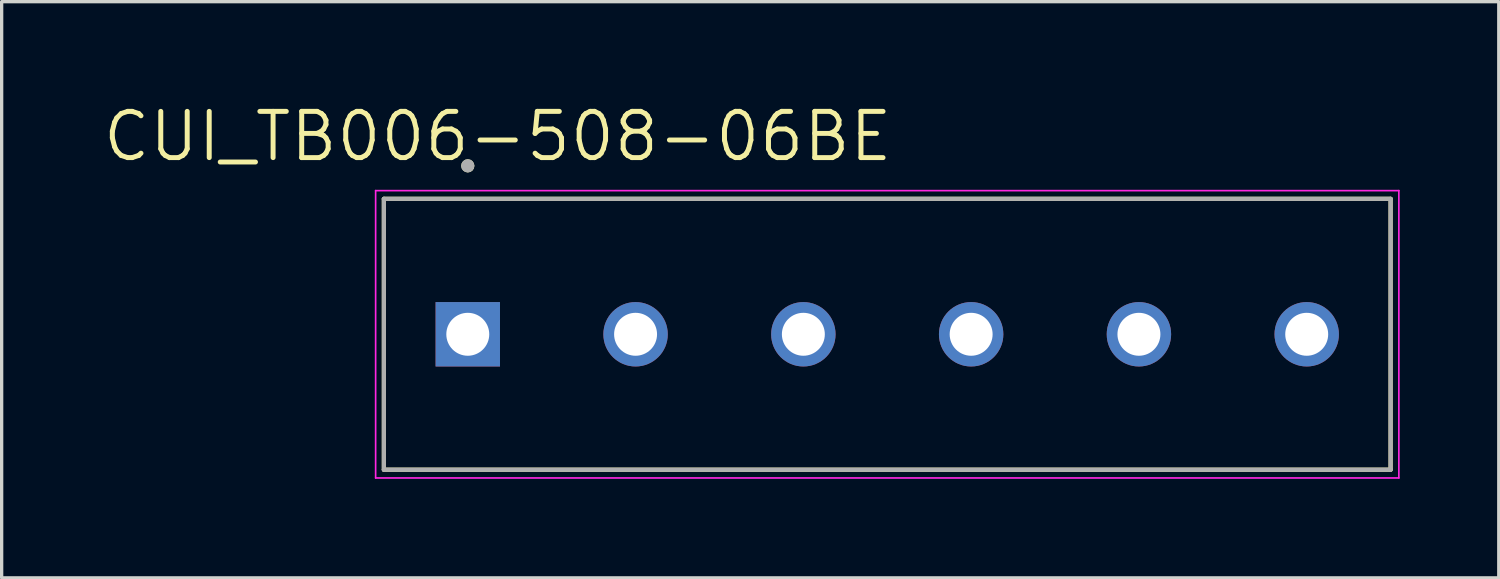
<source format=kicad_pcb>
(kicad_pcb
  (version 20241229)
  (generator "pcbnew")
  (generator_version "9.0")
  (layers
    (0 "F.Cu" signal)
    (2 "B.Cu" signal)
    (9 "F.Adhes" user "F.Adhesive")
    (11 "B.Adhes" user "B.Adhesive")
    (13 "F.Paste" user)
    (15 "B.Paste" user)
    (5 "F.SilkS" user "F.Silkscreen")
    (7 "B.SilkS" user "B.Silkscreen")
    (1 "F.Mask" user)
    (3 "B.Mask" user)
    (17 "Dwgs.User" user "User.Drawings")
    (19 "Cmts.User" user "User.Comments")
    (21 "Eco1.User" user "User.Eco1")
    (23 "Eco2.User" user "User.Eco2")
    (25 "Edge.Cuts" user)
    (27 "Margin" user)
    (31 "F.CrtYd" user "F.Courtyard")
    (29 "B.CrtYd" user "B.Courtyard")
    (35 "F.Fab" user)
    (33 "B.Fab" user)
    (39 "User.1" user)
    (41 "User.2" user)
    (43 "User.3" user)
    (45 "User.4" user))
  (footprint "CUI_TB006-508-06BE"
    (layer "F.Cu")
    (at 11.113 7.071)
    (property "Reference" "CUI_TB006-508-06BE" (at 0.905 -5.989 0) (layer "F.SilkS") (effects (font (size 1.4 1.4) (thickness 0.15))))
    (attr through_hole)
    (fp_line (start -2.54 -4.1) (end 27.94 -4.1) (stroke (width 0.127) (type solid)) (layer "F.SilkS"))
    (fp_line (start -2.54 4.1) (end -2.54 -4.1) (stroke (width 0.127) (type solid)) (layer "F.SilkS"))
    (fp_line (start 27.94 -4.1) (end 27.94 4.1) (stroke (width 0.127) (type solid)) (layer "F.SilkS"))
    (fp_line (start 27.94 4.1) (end -2.54 4.1) (stroke (width 0.127) (type solid)) (layer "F.SilkS"))
    (fp_circle (center 0 -5.1) (end 0.1 -5.1) (stroke (width 0.2) (type solid)) (fill no) (layer "F.SilkS"))
    (fp_line (start -2.79 -4.35) (end 28.19 -4.35) (stroke (width 0.05) (type solid)) (layer "F.CrtYd"))
    (fp_line (start -2.79 4.35) (end -2.79 -4.35) (stroke (width 0.05) (type solid)) (layer "F.CrtYd"))
    (fp_line (start 28.19 -4.35) (end 28.19 4.35) (stroke (width 0.05) (type solid)) (layer "F.CrtYd"))
    (fp_line (start 28.19 4.35) (end -2.79 4.35) (stroke (width 0.05) (type solid)) (layer "F.CrtYd"))
    (fp_line (start -2.54 -4.1) (end 27.94 -4.1) (stroke (width 0.127) (type solid)) (layer "F.Fab"))
    (fp_line (start -2.54 4.1) (end -2.54 -4.1) (stroke (width 0.127) (type solid)) (layer "F.Fab"))
    (fp_line (start 27.94 -4.1) (end 27.94 4.1) (stroke (width 0.127) (type solid)) (layer "F.Fab"))
    (fp_line (start 27.94 4.1) (end -2.54 4.1) (stroke (width 0.127) (type solid)) (layer "F.Fab"))
    (fp_circle (center 0 -5.1) (end 0.1 -5.1) (stroke (width 0.2) (type solid)) (fill no) (layer "F.Fab"))
    (pad "1" thru_hole rect (at 0 0) (size 1.95 1.95) (drill 1.3) (layers "*.Cu" "*.Mask"))
    (pad "2" thru_hole circle (at 5.08 0) (size 1.95 1.95) (drill 1.3) (layers "*.Cu" "*.Mask"))
    (pad "3" thru_hole circle (at 10.16 0) (size 1.95 1.95) (drill 1.3) (layers "*.Cu" "*.Mask"))
    (pad "4" thru_hole circle (at 15.24 0) (size 1.95 1.95) (drill 1.3) (layers "*.Cu" "*.Mask"))
    (pad "5" thru_hole circle (at 20.32 0) (size 1.95 1.95) (drill 1.3) (layers "*.Cu" "*.Mask"))
    (pad "6" thru_hole circle (at 25.4 0) (size 1.95 1.95) (drill 1.3) (layers "*.Cu" "*.Mask")))
  (gr_rect
    (start -3 -3)
    (end 42.328 14.446)
    (stroke (width 0.1) (type default))
    (fill no)
    (layer "Edge.Cuts")))
</source>
